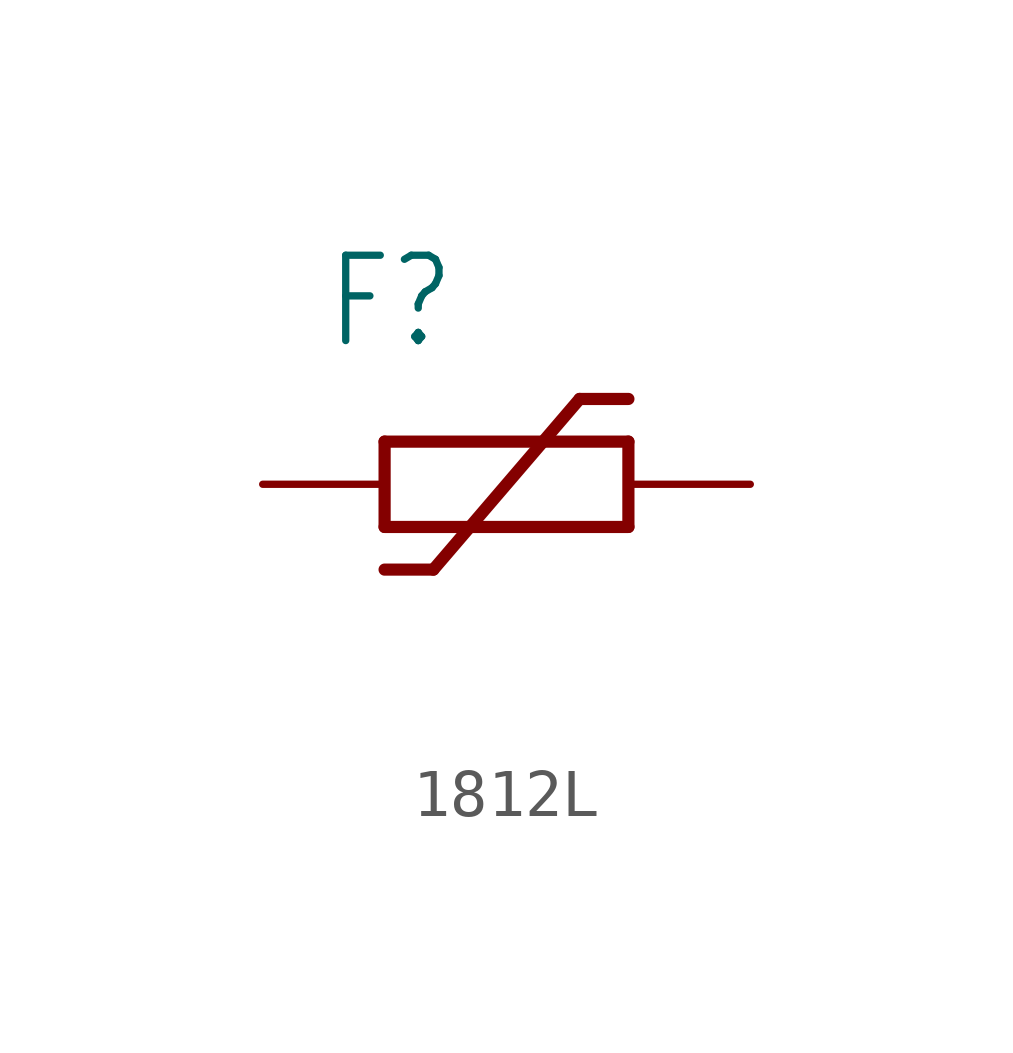
<source format=kicad_sym>
(kicad_symbol_lib
  (version 20220914)
  (generator kicad_symbol_editor)
  (symbol "1812L"
    (property "Reference" "F"
      (at -3.81 2.769 0)
      (effects (font (size 1.778 1.511)) (justify left bottom)))
    (property "Value" ""
      (at -3.81 -4.572 0)
      (effects (font (size 1.778 1.511)) (justify left bottom)))
    (property "ki_locked" ""
      (at 0 0 0)
      (effects (font (size 1.27 1.27))))
    (symbol "1812L_1_0"
      (polyline (pts (xy -2.54 -1.778) (xy -1.524 -1.778)) (stroke (width 0.254) (type solid)) (fill (type none)))
      (polyline (pts (xy -2.54 -0.889) (xy -2.54 0.889)) (stroke (width 0.254) (type solid)) (fill (type none)))
      (polyline (pts (xy -2.54 -0.889) (xy 2.54 -0.889)) (stroke (width 0.254) (type solid)) (fill (type none)))
      (polyline (pts (xy -1.524 -1.778) (xy 1.524 1.778)) (stroke (width 0.254) (type solid)) (fill (type none)))
      (polyline (pts (xy 1.524 1.778) (xy 2.54 1.778)) (stroke (width 0.254) (type solid)) (fill (type none)))
      (polyline (pts (xy 2.54 -0.889) (xy 2.54 0.889)) (stroke (width 0.254) (type solid)) (fill (type none)))
      (polyline (pts (xy 2.54 0.889) (xy -2.54 0.889)) (stroke (width 0.254) (type solid)) (fill (type none)))
      (pin passive line (at -5.08 0 0) (length 2.54) (name "1" (effects (font (size 0 0)))) (number "P$1" (effects (font (size 0 0)))))
      (pin passive line (at 5.08 0 180) (length 2.54) (name "2" (effects (font (size 0 0)))) (number "P$2" (effects (font (size 0 0))))))))
</source>
